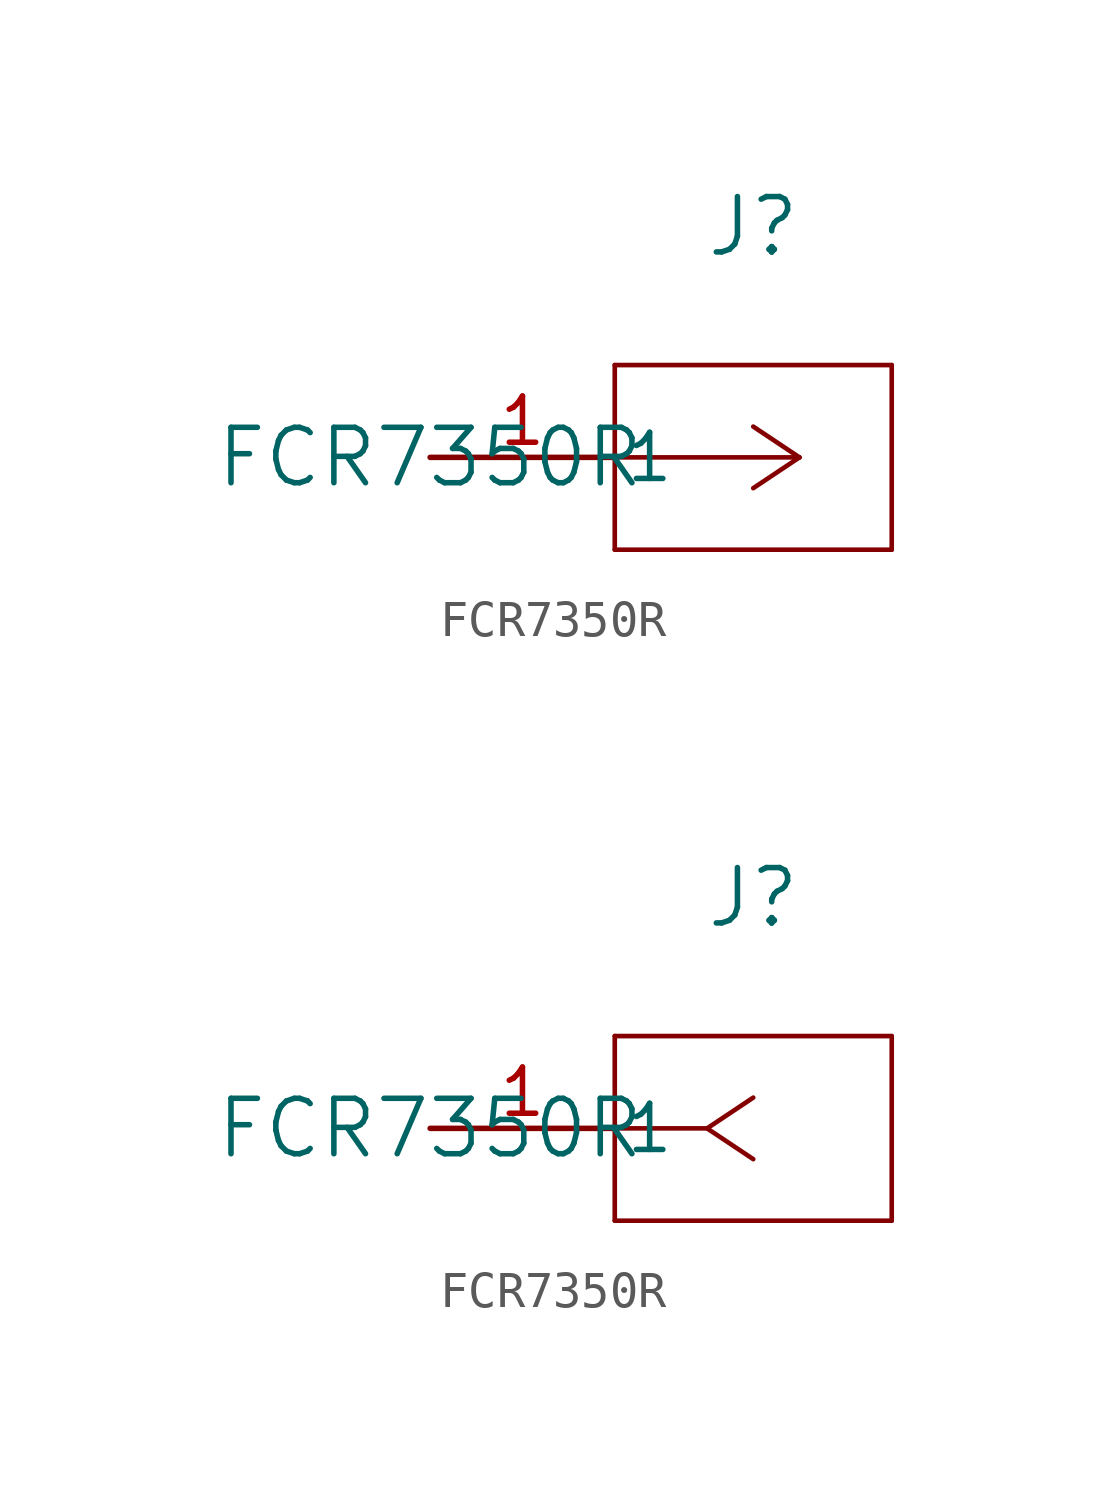
<source format=kicad_sym>
(kicad_symbol_lib
  (version 20211014)
  (generator kicad_symbol_editor)
  (symbol "FCR7350R"
    (pin_names
      (offset 0.254))
    (property "Reference" "J"
      (at 8.89 6.35 0)
      (effects (font (size 1.524 1.524))))
    (property "Value" "FCR7350R"
      (at 0 0 0)
      (effects (font (size 1.524 1.524))))
    (symbol "FCR7350R_1_1"
      (polyline (pts (xy 10.16 0) (xy 5.08 0)) (stroke (width 0.127) (type default) (color 0 0 0 0)) (fill (type none)))
      (polyline (pts (xy 10.16 0) (xy 8.89 0.847)) (stroke (width 0.127) (type default) (color 0 0 0 0)) (fill (type none)))
      (polyline (pts (xy 10.16 0) (xy 8.89 -0.847)) (stroke (width 0.127) (type default) (color 0 0 0 0)) (fill (type none)))
      (polyline (pts (xy 5.08 2.54) (xy 5.08 -2.54)) (stroke (width 0.127) (type default) (color 0 0 0 0)) (fill (type none)))
      (polyline (pts (xy 5.08 -2.54) (xy 12.7 -2.54)) (stroke (width 0.127) (type default) (color 0 0 0 0)) (fill (type none)))
      (polyline (pts (xy 12.7 -2.54) (xy 12.7 2.54)) (stroke (width 0.127) (type default) (color 0 0 0 0)) (fill (type none)))
      (polyline (pts (xy 12.7 2.54) (xy 5.08 2.54)) (stroke (width 0.127) (type default) (color 0 0 0 0)) (fill (type none)))
      (pin unspecified line (at 0 0 0) (length 5.08) (name "1" (effects (font (size 1.27 1.27)))) (number "1" (effects (font (size 1.27 1.27))))))
    (symbol "FCR7350R_1_2"
      (polyline (pts (xy 7.62 0) (xy 5.08 0)) (stroke (width 0.127) (type default) (color 0 0 0 0)) (fill (type none)))
      (polyline (pts (xy 7.62 0) (xy 8.89 0.847)) (stroke (width 0.127) (type default) (color 0 0 0 0)) (fill (type none)))
      (polyline (pts (xy 7.62 0) (xy 8.89 -0.847)) (stroke (width 0.127) (type default) (color 0 0 0 0)) (fill (type none)))
      (polyline (pts (xy 5.08 2.54) (xy 5.08 -2.54)) (stroke (width 0.127) (type default) (color 0 0 0 0)) (fill (type none)))
      (polyline (pts (xy 5.08 -2.54) (xy 12.7 -2.54)) (stroke (width 0.127) (type default) (color 0 0 0 0)) (fill (type none)))
      (polyline (pts (xy 12.7 -2.54) (xy 12.7 2.54)) (stroke (width 0.127) (type default) (color 0 0 0 0)) (fill (type none)))
      (polyline (pts (xy 12.7 2.54) (xy 5.08 2.54)) (stroke (width 0.127) (type default) (color 0 0 0 0)) (fill (type none)))
      (pin unspecified line (at 0 0 0) (length 5.08) (name "1" (effects (font (size 1.27 1.27)))) (number "1" (effects (font (size 1.27 1.27))))))))
</source>
